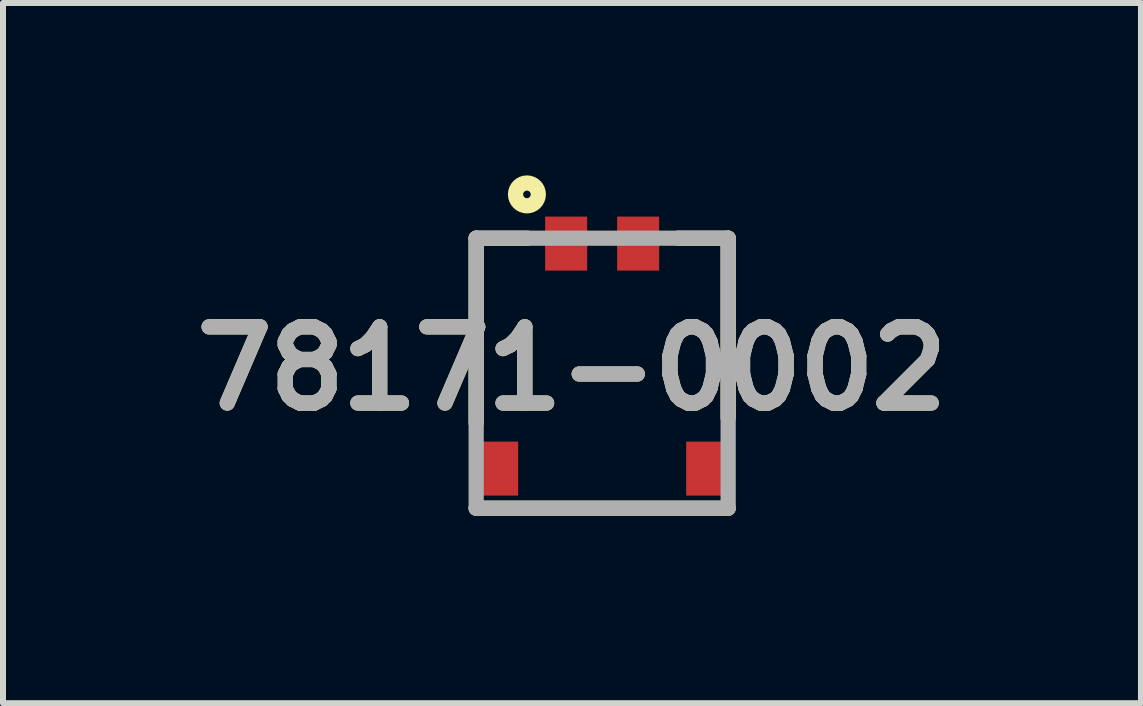
<source format=kicad_pcb>
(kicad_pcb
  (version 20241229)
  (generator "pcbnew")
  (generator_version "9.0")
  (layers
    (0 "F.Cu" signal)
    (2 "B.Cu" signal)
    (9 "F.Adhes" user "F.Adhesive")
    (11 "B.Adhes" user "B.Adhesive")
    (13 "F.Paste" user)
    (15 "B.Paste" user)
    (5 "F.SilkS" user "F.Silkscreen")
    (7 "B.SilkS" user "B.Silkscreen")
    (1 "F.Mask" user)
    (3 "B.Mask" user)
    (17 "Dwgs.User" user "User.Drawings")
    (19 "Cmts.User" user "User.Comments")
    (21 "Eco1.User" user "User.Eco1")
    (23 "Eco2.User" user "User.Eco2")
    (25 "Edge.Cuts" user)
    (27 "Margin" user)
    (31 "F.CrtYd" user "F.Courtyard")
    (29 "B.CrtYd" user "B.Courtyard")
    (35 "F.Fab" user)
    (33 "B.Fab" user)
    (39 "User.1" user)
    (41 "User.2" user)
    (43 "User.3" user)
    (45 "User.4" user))
  (footprint "78171-0002"
    (layer "F.Cu")
    (at 4.886 5.42)
    (property "Reference" "78171-0002" (at 1.597 -2.327 0) (layer "F.SilkS") (effects (font (size 1.27 1.27) (thickness 0.254))))
    (attr smd)
    (fp_line (start 0 -4.5) (end 0 -1.421) (stroke (width 0.254) (type solid)) (layer "F.SilkS"))
    (fp_line (start 0 -4.5) (end 0.86 -4.5) (stroke (width 0.254) (type solid)) (layer "F.SilkS"))
    (fp_line (start 0 0) (end 4.2 0) (stroke (width 0.254) (type solid)) (layer "F.SilkS"))
    (fp_line (start 4.2 -4.5) (end 3.367 -4.5) (stroke (width 0.254) (type solid)) (layer "F.SilkS"))
    (fp_line (start 4.2 -4.5) (end 4.2 -1.506) (stroke (width 0.254) (type solid)) (layer "F.SilkS"))
    (fp_circle (center 0.846 -5.23) (end 0.846 -5.167) (stroke (width 0.254) (type solid)) (fill no) (layer "F.SilkS"))
    (fp_line (start 0 -4.5) (end 4.2 -4.5) (stroke (width 0.254) (type solid)) (layer "F.Fab"))
    (fp_line (start 0 0) (end 0 -4.5) (stroke (width 0.254) (type solid)) (layer "F.Fab"))
    (fp_line (start 4.2 -4.5) (end 4.2 0) (stroke (width 0.254) (type solid)) (layer "F.Fab"))
    (fp_line (start 4.2 0) (end 0 0) (stroke (width 0.254) (type solid)) (layer "F.Fab"))
    (fp_text user "${REFERENCE}" (at 1.597 -2.327 0) (layer "F.Fab") (effects (font (size 1.27 1.27) (thickness 0.254))))
    (pad "1" smd rect (at 1.5 -4.41) (size 0.7 0.9) (layers "F.Cu" "F.Mask" "F.Paste"))
    (pad "2" smd rect (at 2.7 -4.41) (size 0.7 0.9) (layers "F.Cu" "F.Mask" "F.Paste"))
    (pad "3" smd rect (at 0.325 -0.66) (size 0.75 0.9) (layers "F.Cu" "F.Mask" "F.Paste"))
    (pad "4" smd rect (at 3.875 -0.66) (size 0.75 0.9) (layers "F.Cu" "F.Mask" "F.Paste")))
  (gr_rect
    (start -3 -3)
    (end 15.966 8.67)
    (stroke (width 0.1) (type default))
    (fill no)
    (layer "Edge.Cuts")))
</source>
